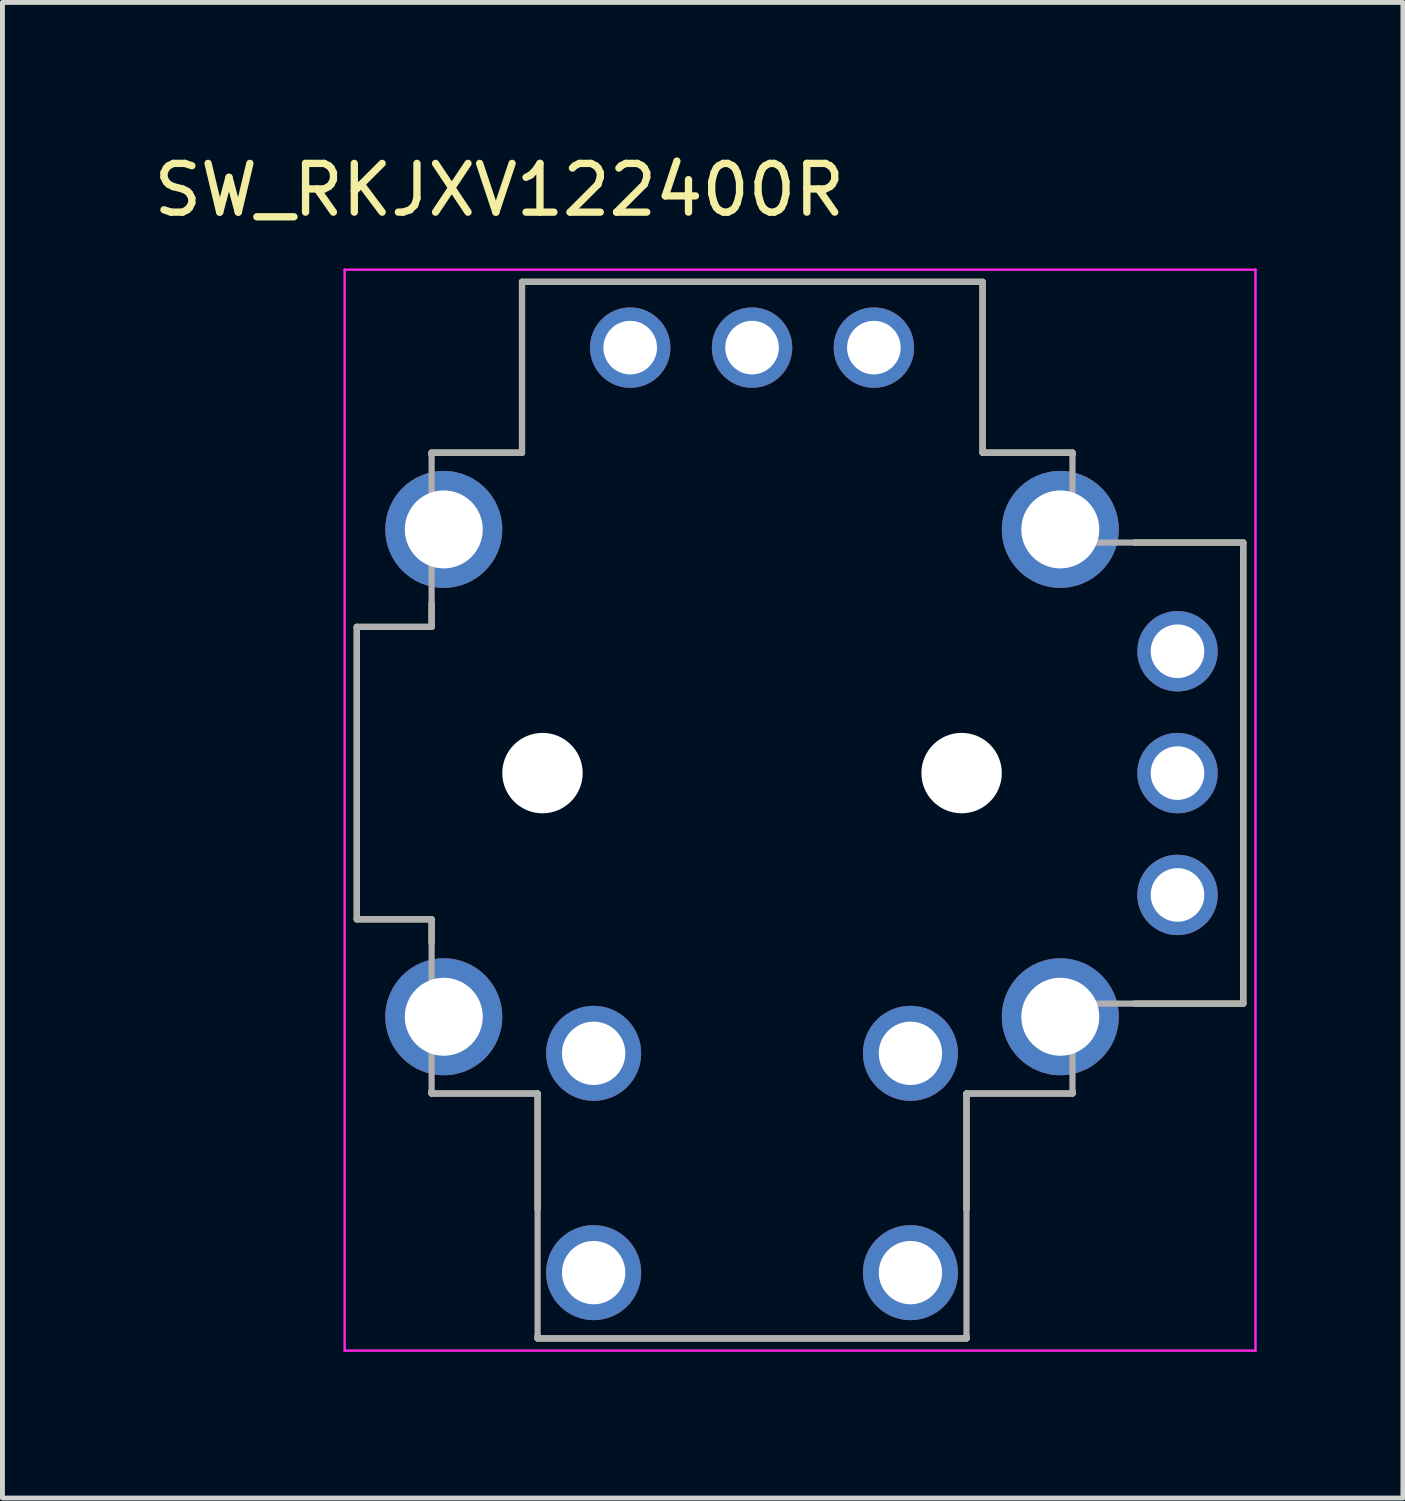
<source format=kicad_pcb>
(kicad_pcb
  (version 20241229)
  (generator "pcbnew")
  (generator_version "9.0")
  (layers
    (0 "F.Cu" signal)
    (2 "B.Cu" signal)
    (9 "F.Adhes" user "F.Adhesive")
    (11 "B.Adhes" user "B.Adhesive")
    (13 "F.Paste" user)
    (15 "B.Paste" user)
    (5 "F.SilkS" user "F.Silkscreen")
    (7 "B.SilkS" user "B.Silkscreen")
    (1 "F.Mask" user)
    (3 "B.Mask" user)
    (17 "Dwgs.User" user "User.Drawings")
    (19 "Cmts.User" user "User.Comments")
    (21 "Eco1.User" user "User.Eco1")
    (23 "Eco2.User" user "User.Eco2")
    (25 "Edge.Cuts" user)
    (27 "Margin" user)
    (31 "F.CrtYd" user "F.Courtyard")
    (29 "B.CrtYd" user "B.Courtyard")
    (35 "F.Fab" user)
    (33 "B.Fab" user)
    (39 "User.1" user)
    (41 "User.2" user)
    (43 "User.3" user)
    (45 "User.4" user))
  (footprint "SW_RKJXV122400R"
    (layer "F.Cu")
    (at 12.381 12.813)
    (property "Reference" "SW_RKJXV122400R" (at -5.185 -11.965 0) (layer "F.SilkS") (effects (font (size 1 1) (thickness 0.15))))
    (attr through_hole)
    (fp_line (start -8.11 -3) (end -6.575 -3) (stroke (width 0.127) (type solid)) (layer "F.SilkS"))
    (fp_line (start -8.11 3) (end -8.11 -3) (stroke (width 0.127) (type solid)) (layer "F.SilkS"))
    (fp_line (start -6.575 -6.575) (end -4.72 -6.575) (stroke (width 0.127) (type solid)) (layer "F.SilkS"))
    (fp_line (start -6.575 -6.52) (end -6.575 -6.575) (stroke (width 0.127) (type solid)) (layer "F.SilkS"))
    (fp_line (start -6.575 -3) (end -6.575 -3.48) (stroke (width 0.127) (type solid)) (layer "F.SilkS"))
    (fp_line (start -6.575 3) (end -8.11 3) (stroke (width 0.127) (type solid)) (layer "F.SilkS"))
    (fp_line (start -6.575 3.48) (end -6.575 3) (stroke (width 0.127) (type solid)) (layer "F.SilkS"))
    (fp_line (start -6.575 6.575) (end -6.575 6.52) (stroke (width 0.127) (type solid)) (layer "F.SilkS"))
    (fp_line (start -4.72 -10.08) (end 4.73 -10.08) (stroke (width 0.127) (type solid)) (layer "F.SilkS"))
    (fp_line (start -4.72 -6.575) (end -4.72 -10.08) (stroke (width 0.127) (type solid)) (layer "F.SilkS"))
    (fp_line (start -4.4 6.575) (end -6.575 6.575) (stroke (width 0.127) (type solid)) (layer "F.SilkS"))
    (fp_line (start -4.4 8.955) (end -4.4 6.575) (stroke (width 0.127) (type solid)) (layer "F.SilkS"))
    (fp_line (start -4.4 11.6) (end -4.4 11.545) (stroke (width 0.127) (type solid)) (layer "F.SilkS"))
    (fp_line (start 4.4 6.575) (end 4.4 8.955) (stroke (width 0.127) (type solid)) (layer "F.SilkS"))
    (fp_line (start 4.4 11.6) (end -4.4 11.6) (stroke (width 0.127) (type solid)) (layer "F.SilkS"))
    (fp_line (start 4.4 11.6) (end 4.4 11.545) (stroke (width 0.127) (type solid)) (layer "F.SilkS"))
    (fp_line (start 4.73 -10.08) (end 4.73 -6.575) (stroke (width 0.127) (type solid)) (layer "F.SilkS"))
    (fp_line (start 4.73 -6.575) (end 6.575 -6.575) (stroke (width 0.127) (type solid)) (layer "F.SilkS"))
    (fp_line (start 6.575 -6.575) (end 6.575 -6.52) (stroke (width 0.127) (type solid)) (layer "F.SilkS"))
    (fp_line (start 6.575 6.575) (end 4.4 6.575) (stroke (width 0.127) (type solid)) (layer "F.SilkS"))
    (fp_line (start 6.575 6.575) (end 6.575 6.52) (stroke (width 0.127) (type solid)) (layer "F.SilkS"))
    (fp_line (start 7.845 -4.73) (end 10.08 -4.73) (stroke (width 0.127) (type solid)) (layer "F.SilkS"))
    (fp_line (start 10.08 -4.73) (end 10.08 4.73) (stroke (width 0.127) (type solid)) (layer "F.SilkS"))
    (fp_line (start 10.08 4.73) (end 7.845 4.73) (stroke (width 0.127) (type solid)) (layer "F.SilkS"))
    (fp_line (start -8.36 -10.33) (end -8.36 11.85) (stroke (width 0.05) (type solid)) (layer "F.CrtYd"))
    (fp_line (start -8.36 11.85) (end 10.33 11.85) (stroke (width 0.05) (type solid)) (layer "F.CrtYd"))
    (fp_line (start 10.33 -10.33) (end -8.36 -10.33) (stroke (width 0.05) (type solid)) (layer "F.CrtYd"))
    (fp_line (start 10.33 11.85) (end 10.33 -10.33) (stroke (width 0.05) (type solid)) (layer "F.CrtYd"))
    (fp_line (start -8.11 -3) (end -6.575 -3) (stroke (width 0.127) (type solid)) (layer "F.Fab"))
    (fp_line (start -8.11 3) (end -8.11 -3) (stroke (width 0.127) (type solid)) (layer "F.Fab"))
    (fp_line (start -6.575 -6.575) (end -4.72 -6.575) (stroke (width 0.127) (type solid)) (layer "F.Fab"))
    (fp_line (start -6.575 -3) (end -6.575 -6.575) (stroke (width 0.127) (type solid)) (layer "F.Fab"))
    (fp_line (start -6.575 3) (end -8.11 3) (stroke (width 0.127) (type solid)) (layer "F.Fab"))
    (fp_line (start -6.575 6.575) (end -6.575 3) (stroke (width 0.127) (type solid)) (layer "F.Fab"))
    (fp_line (start -4.72 -10.08) (end 4.73 -10.08) (stroke (width 0.127) (type solid)) (layer "F.Fab"))
    (fp_line (start -4.72 -6.575) (end -4.72 -10.08) (stroke (width 0.127) (type solid)) (layer "F.Fab"))
    (fp_line (start -4.4 6.575) (end -6.575 6.575) (stroke (width 0.127) (type solid)) (layer "F.Fab"))
    (fp_line (start -4.4 11.6) (end -4.4 6.575) (stroke (width 0.127) (type solid)) (layer "F.Fab"))
    (fp_line (start 4.4 6.575) (end 4.4 11.6) (stroke (width 0.127) (type solid)) (layer "F.Fab"))
    (fp_line (start 4.4 11.6) (end -4.4 11.6) (stroke (width 0.127) (type solid)) (layer "F.Fab"))
    (fp_line (start 4.73 -10.08) (end 4.73 -6.575) (stroke (width 0.127) (type solid)) (layer "F.Fab"))
    (fp_line (start 4.73 -6.575) (end 6.575 -6.575) (stroke (width 0.127) (type solid)) (layer "F.Fab"))
    (fp_line (start 6.575 -6.575) (end 6.575 -4.73) (stroke (width 0.127) (type solid)) (layer "F.Fab"))
    (fp_line (start 6.575 -4.73) (end 10.08 -4.73) (stroke (width 0.127) (type solid)) (layer "F.Fab"))
    (fp_line (start 6.575 4.73) (end 6.575 6.575) (stroke (width 0.127) (type solid)) (layer "F.Fab"))
    (fp_line (start 6.575 6.575) (end 4.4 6.575) (stroke (width 0.127) (type solid)) (layer "F.Fab"))
    (fp_line (start 10.08 -4.73) (end 10.08 4.73) (stroke (width 0.127) (type solid)) (layer "F.Fab"))
    (fp_line (start 10.08 4.73) (end 6.575 4.73) (stroke (width 0.127) (type solid)) (layer "F.Fab"))
    (pad "" np_thru_hole circle (at -4.3 0) (size 1.65 1.65) (drill 1.65) (layers "*.Cu" "*.Mask"))
    (pad "" np_thru_hole circle (at 4.3 0) (size 1.65 1.65) (drill 1.65) (layers "*.Cu" "*.Mask"))
    (pad "HGND" thru_hole circle (at -2.5 -8.73) (size 1.65 1.65) (drill 1.1) (layers "*.Cu" "*.Mask"))
    (pad "HOut" thru_hole circle (at 0 -8.73) (size 1.65 1.65) (drill 1.1) (layers "*.Cu" "*.Mask"))
    (pad "HVCC" thru_hole circle (at 2.5 -8.73) (size 1.65 1.65) (drill 1.1) (layers "*.Cu" "*.Mask"))
    (pad "SH1" thru_hole circle (at -6.325 -5) (size 2.4 2.4) (drill 1.6) (layers "*.Cu" "*.Mask"))
    (pad "SH2" thru_hole circle (at 6.325 -5) (size 2.4 2.4) (drill 1.6) (layers "*.Cu" "*.Mask"))
    (pad "SH3" thru_hole circle (at 6.325 5) (size 2.4 2.4) (drill 1.6) (layers "*.Cu" "*.Mask"))
    (pad "SH4" thru_hole circle (at -6.325 5) (size 2.4 2.4) (drill 1.6) (layers "*.Cu" "*.Mask"))
    (pad "SwGND" thru_hole circle (at -3.25 5.75) (size 1.95 1.95) (drill 1.3) (layers "*.Cu" "*.Mask"))
    (pad "SwGND" thru_hole circle (at 3.25 5.75) (size 1.95 1.95) (drill 1.3) (layers "*.Cu" "*.Mask"))
    (pad "Switch" thru_hole circle (at -3.25 10.25) (size 1.95 1.95) (drill 1.3) (layers "*.Cu" "*.Mask"))
    (pad "Switch" thru_hole circle (at 3.25 10.25) (size 1.95 1.95) (drill 1.3) (layers "*.Cu" "*.Mask"))
    (pad "VGND" thru_hole circle (at 8.73 -2.5) (size 1.65 1.65) (drill 1.1) (layers "*.Cu" "*.Mask"))
    (pad "VOut" thru_hole circle (at 8.73 0) (size 1.65 1.65) (drill 1.1) (layers "*.Cu" "*.Mask"))
    (pad "VVCC" thru_hole circle (at 8.73 2.5) (size 1.65 1.65) (drill 1.1) (layers "*.Cu" "*.Mask"))
    (zone (net_name "") (layer "F.Cu") (hatch full 0.508) (connect_pads) (min_thickness 1.3) (filled_areas_thickness no) (keepout (tracks not_allowed) (vias not_allowed) (pads not_allowed) (copperpour not_allowed) (footprints allowed)) (placement (enabled no)) (fill) (polygon (pts (xy 10.181 9.313) (xy 10.175 9.441) (xy 10.156 9.567) (xy 10.125 9.691) (xy 10.082 9.811) (xy 10.028 9.926) (xy 9.962 10.035) (xy 9.886 10.138) (xy 9.801 10.232) (xy 9.706 10.318) (xy 9.604 10.394) (xy 9.494 10.46) (xy 9.379 10.514) (xy 9.259 10.557) (xy 9.135 10.588) (xy 9.009 10.607) (xy 8.881 10.613) (xy 8.754 10.607) (xy 8.628 10.588) (xy 8.504 10.557) (xy 8.384 10.514) (xy 8.269 10.46) (xy 8.159 10.394) (xy 8.057 10.318) (xy 7.962 10.232) (xy 7.877 10.138) (xy 7.801 10.035) (xy 7.735 9.926) (xy 7.68 9.811) (xy 7.637 9.691) (xy 7.606 9.567) (xy 7.588 9.441) (xy 7.581 9.313) (xy 7.588 9.186) (xy 7.606 9.06) (xy 7.637 8.936) (xy 7.68 8.816) (xy 7.735 8.7) (xy 7.801 8.591) (xy 7.877 8.489) (xy 7.962 8.394) (xy 8.057 8.308) (xy 8.159 8.232) (xy 8.269 8.167) (xy 8.384 8.112) (xy 8.504 8.069) (xy 8.628 8.038) (xy 8.754 8.02) (xy 8.881 8.013) (xy 9.009 8.02) (xy 9.135 8.038) (xy 9.259 8.069) (xy 9.379 8.112) (xy 9.494 8.167) (xy 9.604 8.232) (xy 9.706 8.308) (xy 9.801 8.394) (xy 9.886 8.489) (xy 9.962 8.591) (xy 10.028 8.7) (xy 10.082 8.816) (xy 10.125 8.936) (xy 10.156 9.06) (xy 10.175 9.186))))
    (zone (net_name "") (layer "F.Cu") (hatch full 0.508) (connect_pads) (min_thickness 1.3) (filled_areas_thickness no) (keepout (tracks not_allowed) (vias not_allowed) (pads not_allowed) (copperpour not_allowed) (footprints allowed)) (placement (enabled no)) (fill) (polygon (pts (xy 10.181 16.313) (xy 10.175 16.441) (xy 10.156 16.567) (xy 10.125 16.691) (xy 10.082 16.811) (xy 10.028 16.926) (xy 9.962 17.035) (xy 9.886 17.138) (xy 9.801 17.232) (xy 9.706 17.318) (xy 9.604 17.394) (xy 9.494 17.46) (xy 9.379 17.514) (xy 9.259 17.557) (xy 9.135 17.588) (xy 9.009 17.607) (xy 8.881 17.613) (xy 8.754 17.607) (xy 8.628 17.588) (xy 8.504 17.557) (xy 8.384 17.514) (xy 8.269 17.46) (xy 8.159 17.394) (xy 8.057 17.318) (xy 7.962 17.232) (xy 7.877 17.138) (xy 7.801 17.035) (xy 7.735 16.926) (xy 7.68 16.811) (xy 7.637 16.691) (xy 7.606 16.567) (xy 7.588 16.441) (xy 7.581 16.313) (xy 7.588 16.186) (xy 7.606 16.06) (xy 7.637 15.936) (xy 7.68 15.816) (xy 7.735 15.7) (xy 7.801 15.591) (xy 7.877 15.489) (xy 7.962 15.394) (xy 8.057 15.308) (xy 8.159 15.232) (xy 8.269 15.167) (xy 8.384 15.112) (xy 8.504 15.069) (xy 8.628 15.038) (xy 8.754 15.02) (xy 8.881 15.013) (xy 9.009 15.02) (xy 9.135 15.038) (xy 9.259 15.069) (xy 9.379 15.112) (xy 9.494 15.167) (xy 9.604 15.232) (xy 9.706 15.308) (xy 9.801 15.394) (xy 9.886 15.489) (xy 9.962 15.591) (xy 10.028 15.7) (xy 10.082 15.816) (xy 10.125 15.936) (xy 10.156 16.06) (xy 10.175 16.186))))
    (zone (net_name "") (layer "F.Cu") (hatch full 0.508) (connect_pads) (min_thickness 1.3) (filled_areas_thickness no) (keepout (tracks not_allowed) (vias not_allowed) (pads not_allowed) (copperpour not_allowed) (footprints allowed)) (placement (enabled no)) (fill) (polygon (pts (xy 17.181 9.313) (xy 17.175 9.441) (xy 17.156 9.567) (xy 17.125 9.691) (xy 17.082 9.811) (xy 17.028 9.926) (xy 16.962 10.035) (xy 16.886 10.138) (xy 16.801 10.232) (xy 16.706 10.318) (xy 16.604 10.394) (xy 16.494 10.46) (xy 16.379 10.514) (xy 16.259 10.557) (xy 16.135 10.588) (xy 16.009 10.607) (xy 15.881 10.613) (xy 15.754 10.607) (xy 15.628 10.588) (xy 15.504 10.557) (xy 15.384 10.514) (xy 15.269 10.46) (xy 15.159 10.394) (xy 15.057 10.318) (xy 14.962 10.232) (xy 14.877 10.138) (xy 14.801 10.035) (xy 14.735 9.926) (xy 14.68 9.811) (xy 14.637 9.691) (xy 14.606 9.567) (xy 14.588 9.441) (xy 14.581 9.313) (xy 14.588 9.186) (xy 14.606 9.06) (xy 14.637 8.936) (xy 14.68 8.816) (xy 14.735 8.7) (xy 14.801 8.591) (xy 14.877 8.489) (xy 14.962 8.394) (xy 15.057 8.308) (xy 15.159 8.232) (xy 15.269 8.167) (xy 15.384 8.112) (xy 15.504 8.069) (xy 15.628 8.038) (xy 15.754 8.02) (xy 15.881 8.013) (xy 16.009 8.02) (xy 16.135 8.038) (xy 16.259 8.069) (xy 16.379 8.112) (xy 16.494 8.167) (xy 16.604 8.232) (xy 16.706 8.308) (xy 16.801 8.394) (xy 16.886 8.489) (xy 16.962 8.591) (xy 17.028 8.7) (xy 17.082 8.816) (xy 17.125 8.936) (xy 17.156 9.06) (xy 17.175 9.186))))
    (zone (net_name "") (layer "F.Cu") (hatch full 0.508) (connect_pads) (min_thickness 1.3) (filled_areas_thickness no) (keepout (tracks not_allowed) (vias not_allowed) (pads not_allowed) (copperpour not_allowed) (footprints allowed)) (placement (enabled no)) (fill) (polygon (pts (xy 17.181 16.313) (xy 17.175 16.441) (xy 17.156 16.567) (xy 17.125 16.691) (xy 17.082 16.811) (xy 17.028 16.926) (xy 16.962 17.035) (xy 16.886 17.138) (xy 16.801 17.232) (xy 16.706 17.318) (xy 16.604 17.394) (xy 16.494 17.46) (xy 16.379 17.514) (xy 16.259 17.557) (xy 16.135 17.588) (xy 16.009 17.607) (xy 15.881 17.613) (xy 15.754 17.607) (xy 15.628 17.588) (xy 15.504 17.557) (xy 15.384 17.514) (xy 15.269 17.46) (xy 15.159 17.394) (xy 15.057 17.318) (xy 14.962 17.232) (xy 14.877 17.138) (xy 14.801 17.035) (xy 14.735 16.926) (xy 14.68 16.811) (xy 14.637 16.691) (xy 14.606 16.567) (xy 14.588 16.441) (xy 14.581 16.313) (xy 14.588 16.186) (xy 14.606 16.06) (xy 14.637 15.936) (xy 14.68 15.816) (xy 14.735 15.7) (xy 14.801 15.591) (xy 14.877 15.489) (xy 14.962 15.394) (xy 15.057 15.308) (xy 15.159 15.232) (xy 15.269 15.167) (xy 15.384 15.112) (xy 15.504 15.069) (xy 15.628 15.038) (xy 15.754 15.02) (xy 15.881 15.013) (xy 16.009 15.02) (xy 16.135 15.038) (xy 16.259 15.069) (xy 16.379 15.112) (xy 16.494 15.167) (xy 16.604 15.232) (xy 16.706 15.308) (xy 16.801 15.394) (xy 16.886 15.489) (xy 16.962 15.591) (xy 17.028 15.7) (xy 17.082 15.816) (xy 17.125 15.936) (xy 17.156 16.06) (xy 17.175 16.186))))
    (zone (net_name "") (layer "F.Cu") (hatch full 0.508) (connect_pads) (min_thickness 0.01) (filled_areas_thickness no) (keepout (tracks not_allowed) (vias not_allowed) (pads not_allowed) (copperpour not_allowed) (footprints allowed)) (placement (enabled no)) (fill) (polygon (pts (xy 10.381 12.813) (xy 10.384 12.708) (xy 10.392 12.604) (xy 10.406 12.5) (xy 10.425 12.397) (xy 10.449 12.295) (xy 10.479 12.195) (xy 10.514 12.096) (xy 10.554 12) (xy 10.599 11.905) (xy 10.649 11.813) (xy 10.704 11.724) (xy 10.763 11.637) (xy 10.827 11.554) (xy 10.895 11.475) (xy 10.967 11.399) (xy 11.043 11.327) (xy 11.122 11.259) (xy 11.205 11.195) (xy 11.292 11.136) (xy 11.381 11.081) (xy 11.473 11.031) (xy 11.568 10.986) (xy 11.664 10.946) (xy 11.763 10.911) (xy 11.863 10.881) (xy 11.965 10.857) (xy 12.068 10.838) (xy 12.172 10.824) (xy 12.276 10.816) (xy 12.381 10.813) (xy 12.486 10.816) (xy 12.59 10.824) (xy 12.694 10.838) (xy 12.797 10.857) (xy 12.899 10.881) (xy 12.999 10.911) (xy 13.098 10.946) (xy 13.194 10.986) (xy 13.289 11.031) (xy 13.381 11.081) (xy 13.47 11.136) (xy 13.557 11.195) (xy 13.64 11.259) (xy 13.719 11.327) (xy 13.795 11.399) (xy 13.867 11.475) (xy 13.935 11.554) (xy 13.999 11.637) (xy 14.058 11.724) (xy 14.113 11.813) (xy 14.163 11.905) (xy 14.208 12) (xy 14.248 12.096) (xy 14.283 12.195) (xy 14.313 12.295) (xy 14.337 12.397) (xy 14.356 12.5) (xy 14.37 12.604) (xy 14.378 12.708) (xy 14.381 12.813) (xy 14.379 12.885) (xy 14.374 12.951) (xy 14.368 13.016) (xy 14.36 13.081) (xy 14.349 13.146) (xy 14.336 13.211) (xy 14.322 13.275) (xy 14.305 13.338) (xy 14.286 13.401) (xy 14.265 13.464) (xy 14.243 13.525) (xy 14.218 13.586) (xy 14.191 13.646) (xy 14.163 13.705) (xy 14.132 13.764) (xy 14.1 13.821) (xy 14.066 13.877) (xy 14.03 13.932) (xy 13.992 13.986) (xy 13.953 14.039) (xy 13.912 14.09) (xy 13.869 14.14) (xy 13.825 14.189) (xy 13.78 14.236) (xy 13.732 14.282) (xy 13.684 14.326) (xy 13.634 14.369) (xy 13.582 14.41) (xy 13.53 14.449) (xy 13.481 14.483) (xy 13.481 19.463) (xy 13.527 19.498) (xy 13.567 19.532) (xy 13.605 19.566) (xy 13.643 19.602) (xy 13.68 19.639) (xy 13.715 19.677) (xy 13.749 19.716) (xy 13.782 19.756) (xy 13.814 19.797) (xy 13.844 19.839) (xy 13.873 19.883) (xy 13.9 19.927) (xy 13.926 19.972) (xy 13.951 20.017) (xy 13.974 20.064) (xy 13.995 20.111) (xy 14.015 20.159) (xy 14.034 20.207) (xy 14.051 20.256) (xy 14.066 20.306) (xy 14.08 20.356) (xy 14.092 20.407) (xy 14.103 20.457) (xy 14.112 20.509) (xy 14.119 20.56) (xy 14.125 20.612) (xy 14.129 20.663) (xy 14.131 20.715) (xy 14.132 20.767) (xy 14.131 20.813) (xy 14.129 20.905) (xy 14.121 20.996) (xy 14.109 21.087) (xy 14.093 21.177) (xy 14.071 21.266) (xy 14.045 21.354) (xy 14.015 21.44) (xy 13.98 21.525) (xy 13.94 21.607) (xy 13.897 21.688) (xy 13.849 21.766) (xy 13.797 21.842) (xy 13.741 21.914) (xy 13.682 21.984) (xy 13.618 22.05) (xy 13.552 22.114) (xy 13.482 22.173) (xy 13.41 22.229) (xy 13.334 22.281) (xy 13.256 22.329) (xy 13.175 22.372) (xy 13.093 22.412) (xy 13.008 22.447) (xy 12.922 22.477) (xy 12.834 22.503) (xy 12.745 22.525) (xy 12.655 22.541) (xy 12.564 22.553) (xy 12.473 22.561) (xy 12.381 22.563) (xy 12.289 22.561) (xy 12.198 22.553) (xy 12.107 22.541) (xy 12.017 22.525) (xy 11.928 22.503) (xy 11.84 22.477) (xy 11.754 22.447) (xy 11.669 22.412) (xy 11.587 22.372) (xy 11.506 22.329) (xy 11.428 22.281) (xy 11.352 22.229) (xy 11.28 22.173) (xy 11.21 22.114) (xy 11.144 22.05) (xy 11.08 21.984) (xy 11.021 21.914) (xy 10.965 21.842) (xy 10.913 21.766) (xy 10.865 21.688) (xy 10.822 21.607) (xy 10.782 21.525) (xy 10.747 21.44) (xy 10.717 21.354) (xy 10.691 21.266) (xy 10.669 21.177) (xy 10.653 21.087) (xy 10.641 20.996) (xy 10.633 20.905) (xy 10.631 20.813) (xy 10.63 20.767) (xy 10.631 20.715) (xy 10.633 20.663) (xy 10.637 20.612) (xy 10.643 20.56) (xy 10.65 20.509) (xy 10.659 20.457) (xy 10.67 20.407) (xy 10.682 20.356) (xy 10.696 20.306) (xy 10.711 20.256) (xy 10.728 20.207) (xy 10.747 20.159) (xy 10.767 20.111) (xy 10.788 20.064) (xy 10.811 20.017) (xy 10.836 19.972) (xy 10.862 19.927) (xy 10.889 19.883) (xy 10.918 19.839) (xy 10.948 19.797) (xy 10.98 19.756) (xy 11.013 19.716) (xy 11.047 19.677) (xy 11.082 19.639) (xy 11.119 19.602) (xy 11.157 19.566) (xy 11.195 19.532) (xy 11.235 19.498) (xy 11.281 19.463) (xy 11.281 14.483) (xy 11.232 14.449) (xy 11.18 14.41) (xy 11.128 14.369) (xy 11.078 14.326) (xy 11.03 14.282) (xy 10.982 14.236) (xy 10.937 14.189) (xy 10.893 14.14) (xy 10.85 14.09) (xy 10.809 14.039) (xy 10.77 13.986) (xy 10.732 13.932) (xy 10.696 13.877) (xy 10.662 13.821) (xy 10.63 13.764) (xy 10.599 13.705) (xy 10.571 13.646) (xy 10.544 13.586) (xy 10.519 13.525) (xy 10.497 13.464) (xy 10.476 13.401) (xy 10.457 13.338) (xy 10.44 13.275) (xy 10.426 13.211) (xy 10.413 13.146) (xy 10.402 13.081) (xy 10.394 13.016) (xy 10.388 12.951) (xy 10.383 12.885))))
    (zone (net_name "") (layers "F.Cu" "B.Cu") (hatch full 0.508) (connect_pads) (min_thickness 1.3) (filled_areas_thickness no) (keepout (tracks allowed) (vias not_allowed) (pads allowed) (copperpour allowed) (footprints allowed)) (placement (enabled no)) (fill) (polygon (pts (xy 10.181 9.313) (xy 10.175 9.441) (xy 10.156 9.567) (xy 10.125 9.691) (xy 10.082 9.811) (xy 10.028 9.926) (xy 9.962 10.035) (xy 9.886 10.138) (xy 9.801 10.232) (xy 9.706 10.318) (xy 9.604 10.394) (xy 9.494 10.46) (xy 9.379 10.514) (xy 9.259 10.557) (xy 9.135 10.588) (xy 9.009 10.607) (xy 8.881 10.613) (xy 8.754 10.607) (xy 8.628 10.588) (xy 8.504 10.557) (xy 8.384 10.514) (xy 8.269 10.46) (xy 8.159 10.394) (xy 8.057 10.318) (xy 7.962 10.232) (xy 7.877 10.138) (xy 7.801 10.035) (xy 7.735 9.926) (xy 7.68 9.811) (xy 7.637 9.691) (xy 7.606 9.567) (xy 7.588 9.441) (xy 7.581 9.313) (xy 7.588 9.186) (xy 7.606 9.06) (xy 7.637 8.936) (xy 7.68 8.816) (xy 7.735 8.7) (xy 7.801 8.591) (xy 7.877 8.489) (xy 7.962 8.394) (xy 8.057 8.308) (xy 8.159 8.232) (xy 8.269 8.167) (xy 8.384 8.112) (xy 8.504 8.069) (xy 8.628 8.038) (xy 8.754 8.02) (xy 8.881 8.013) (xy 9.009 8.02) (xy 9.135 8.038) (xy 9.259 8.069) (xy 9.379 8.112) (xy 9.494 8.167) (xy 9.604 8.232) (xy 9.706 8.308) (xy 9.801 8.394) (xy 9.886 8.489) (xy 9.962 8.591) (xy 10.028 8.7) (xy 10.082 8.816) (xy 10.125 8.936) (xy 10.156 9.06) (xy 10.175 9.186))))
    (zone (net_name "") (layers "F.Cu" "B.Cu") (hatch full 0.508) (connect_pads) (min_thickness 1.3) (filled_areas_thickness no) (keepout (tracks allowed) (vias not_allowed) (pads allowed) (copperpour allowed) (footprints allowed)) (placement (enabled no)) (fill) (polygon (pts (xy 10.181 16.313) (xy 10.175 16.441) (xy 10.156 16.567) (xy 10.125 16.691) (xy 10.082 16.811) (xy 10.028 16.926) (xy 9.962 17.035) (xy 9.886 17.138) (xy 9.801 17.232) (xy 9.706 17.318) (xy 9.604 17.394) (xy 9.494 17.46) (xy 9.379 17.514) (xy 9.259 17.557) (xy 9.135 17.588) (xy 9.009 17.607) (xy 8.881 17.613) (xy 8.754 17.607) (xy 8.628 17.588) (xy 8.504 17.557) (xy 8.384 17.514) (xy 8.269 17.46) (xy 8.159 17.394) (xy 8.057 17.318) (xy 7.962 17.232) (xy 7.877 17.138) (xy 7.801 17.035) (xy 7.735 16.926) (xy 7.68 16.811) (xy 7.637 16.691) (xy 7.606 16.567) (xy 7.588 16.441) (xy 7.581 16.313) (xy 7.588 16.186) (xy 7.606 16.06) (xy 7.637 15.936) (xy 7.68 15.816) (xy 7.735 15.7) (xy 7.801 15.591) (xy 7.877 15.489) (xy 7.962 15.394) (xy 8.057 15.308) (xy 8.159 15.232) (xy 8.269 15.167) (xy 8.384 15.112) (xy 8.504 15.069) (xy 8.628 15.038) (xy 8.754 15.02) (xy 8.881 15.013) (xy 9.009 15.02) (xy 9.135 15.038) (xy 9.259 15.069) (xy 9.379 15.112) (xy 9.494 15.167) (xy 9.604 15.232) (xy 9.706 15.308) (xy 9.801 15.394) (xy 9.886 15.489) (xy 9.962 15.591) (xy 10.028 15.7) (xy 10.082 15.816) (xy 10.125 15.936) (xy 10.156 16.06) (xy 10.175 16.186))))
    (zone (net_name "") (layers "F.Cu" "B.Cu") (hatch full 0.508) (connect_pads) (min_thickness 1.3) (filled_areas_thickness no) (keepout (tracks allowed) (vias not_allowed) (pads allowed) (copperpour allowed) (footprints allowed)) (placement (enabled no)) (fill) (polygon (pts (xy 17.181 9.313) (xy 17.175 9.441) (xy 17.156 9.567) (xy 17.125 9.691) (xy 17.082 9.811) (xy 17.028 9.926) (xy 16.962 10.035) (xy 16.886 10.138) (xy 16.801 10.232) (xy 16.706 10.318) (xy 16.604 10.394) (xy 16.494 10.46) (xy 16.379 10.514) (xy 16.259 10.557) (xy 16.135 10.588) (xy 16.009 10.607) (xy 15.881 10.613) (xy 15.754 10.607) (xy 15.628 10.588) (xy 15.504 10.557) (xy 15.384 10.514) (xy 15.269 10.46) (xy 15.159 10.394) (xy 15.057 10.318) (xy 14.962 10.232) (xy 14.877 10.138) (xy 14.801 10.035) (xy 14.735 9.926) (xy 14.68 9.811) (xy 14.637 9.691) (xy 14.606 9.567) (xy 14.588 9.441) (xy 14.581 9.313) (xy 14.588 9.186) (xy 14.606 9.06) (xy 14.637 8.936) (xy 14.68 8.816) (xy 14.735 8.7) (xy 14.801 8.591) (xy 14.877 8.489) (xy 14.962 8.394) (xy 15.057 8.308) (xy 15.159 8.232) (xy 15.269 8.167) (xy 15.384 8.112) (xy 15.504 8.069) (xy 15.628 8.038) (xy 15.754 8.02) (xy 15.881 8.013) (xy 16.009 8.02) (xy 16.135 8.038) (xy 16.259 8.069) (xy 16.379 8.112) (xy 16.494 8.167) (xy 16.604 8.232) (xy 16.706 8.308) (xy 16.801 8.394) (xy 16.886 8.489) (xy 16.962 8.591) (xy 17.028 8.7) (xy 17.082 8.816) (xy 17.125 8.936) (xy 17.156 9.06) (xy 17.175 9.186))))
    (zone (net_name "") (layers "F.Cu" "B.Cu") (hatch full 0.508) (connect_pads) (min_thickness 1.3) (filled_areas_thickness no) (keepout (tracks allowed) (vias not_allowed) (pads allowed) (copperpour allowed) (footprints allowed)) (placement (enabled no)) (fill) (polygon (pts (xy 17.181 16.313) (xy 17.175 16.441) (xy 17.156 16.567) (xy 17.125 16.691) (xy 17.082 16.811) (xy 17.028 16.926) (xy 16.962 17.035) (xy 16.886 17.138) (xy 16.801 17.232) (xy 16.706 17.318) (xy 16.604 17.394) (xy 16.494 17.46) (xy 16.379 17.514) (xy 16.259 17.557) (xy 16.135 17.588) (xy 16.009 17.607) (xy 15.881 17.613) (xy 15.754 17.607) (xy 15.628 17.588) (xy 15.504 17.557) (xy 15.384 17.514) (xy 15.269 17.46) (xy 15.159 17.394) (xy 15.057 17.318) (xy 14.962 17.232) (xy 14.877 17.138) (xy 14.801 17.035) (xy 14.735 16.926) (xy 14.68 16.811) (xy 14.637 16.691) (xy 14.606 16.567) (xy 14.588 16.441) (xy 14.581 16.313) (xy 14.588 16.186) (xy 14.606 16.06) (xy 14.637 15.936) (xy 14.68 15.816) (xy 14.735 15.7) (xy 14.801 15.591) (xy 14.877 15.489) (xy 14.962 15.394) (xy 15.057 15.308) (xy 15.159 15.232) (xy 15.269 15.167) (xy 15.384 15.112) (xy 15.504 15.069) (xy 15.628 15.038) (xy 15.754 15.02) (xy 15.881 15.013) (xy 16.009 15.02) (xy 16.135 15.038) (xy 16.259 15.069) (xy 16.379 15.112) (xy 16.494 15.167) (xy 16.604 15.232) (xy 16.706 15.308) (xy 16.801 15.394) (xy 16.886 15.489) (xy 16.962 15.591) (xy 17.028 15.7) (xy 17.082 15.816) (xy 17.125 15.936) (xy 17.156 16.06) (xy 17.175 16.186))))
    (zone (net_name "") (layers "F.Cu" "B.Cu") (hatch full 0.508) (connect_pads) (min_thickness 0.01) (filled_areas_thickness no) (keepout (tracks allowed) (vias not_allowed) (pads allowed) (copperpour allowed) (footprints allowed)) (placement (enabled no)) (fill) (polygon (pts (xy 10.381 12.813) (xy 10.384 12.708) (xy 10.392 12.604) (xy 10.406 12.5) (xy 10.425 12.397) (xy 10.449 12.295) (xy 10.479 12.195) (xy 10.514 12.096) (xy 10.554 12) (xy 10.599 11.905) (xy 10.649 11.813) (xy 10.704 11.724) (xy 10.763 11.637) (xy 10.827 11.554) (xy 10.895 11.475) (xy 10.967 11.399) (xy 11.043 11.327) (xy 11.122 11.259) (xy 11.205 11.195) (xy 11.292 11.136) (xy 11.381 11.081) (xy 11.473 11.031) (xy 11.568 10.986) (xy 11.664 10.946) (xy 11.763 10.911) (xy 11.863 10.881) (xy 11.965 10.857) (xy 12.068 10.838) (xy 12.172 10.824) (xy 12.276 10.816) (xy 12.381 10.813) (xy 12.486 10.816) (xy 12.59 10.824) (xy 12.694 10.838) (xy 12.797 10.857) (xy 12.899 10.881) (xy 12.999 10.911) (xy 13.098 10.946) (xy 13.194 10.986) (xy 13.289 11.031) (xy 13.381 11.081) (xy 13.47 11.136) (xy 13.557 11.195) (xy 13.64 11.259) (xy 13.719 11.327) (xy 13.795 11.399) (xy 13.867 11.475) (xy 13.935 11.554) (xy 13.999 11.637) (xy 14.058 11.724) (xy 14.113 11.813) (xy 14.163 11.905) (xy 14.208 12) (xy 14.248 12.096) (xy 14.283 12.195) (xy 14.313 12.295) (xy 14.337 12.397) (xy 14.356 12.5) (xy 14.37 12.604) (xy 14.378 12.708) (xy 14.381 12.813) (xy 14.379 12.885) (xy 14.374 12.951) (xy 14.368 13.016) (xy 14.36 13.081) (xy 14.349 13.146) (xy 14.336 13.211) (xy 14.322 13.275) (xy 14.305 13.338) (xy 14.286 13.401) (xy 14.265 13.464) (xy 14.243 13.525) (xy 14.218 13.586) (xy 14.191 13.646) (xy 14.163 13.705) (xy 14.132 13.764) (xy 14.1 13.821) (xy 14.066 13.877) (xy 14.03 13.932) (xy 13.992 13.986) (xy 13.953 14.039) (xy 13.912 14.09) (xy 13.869 14.14) (xy 13.825 14.189) (xy 13.78 14.236) (xy 13.732 14.282) (xy 13.684 14.326) (xy 13.634 14.369) (xy 13.582 14.41) (xy 13.53 14.449) (xy 13.481 14.483) (xy 13.481 19.463) (xy 13.527 19.498) (xy 13.567 19.532) (xy 13.605 19.566) (xy 13.643 19.602) (xy 13.68 19.639) (xy 13.715 19.677) (xy 13.749 19.716) (xy 13.782 19.756) (xy 13.814 19.797) (xy 13.844 19.839) (xy 13.873 19.883) (xy 13.9 19.927) (xy 13.926 19.972) (xy 13.951 20.017) (xy 13.974 20.064) (xy 13.995 20.111) (xy 14.015 20.159) (xy 14.034 20.207) (xy 14.051 20.256) (xy 14.066 20.306) (xy 14.08 20.356) (xy 14.092 20.407) (xy 14.103 20.457) (xy 14.112 20.509) (xy 14.119 20.56) (xy 14.125 20.612) (xy 14.129 20.663) (xy 14.131 20.715) (xy 14.132 20.767) (xy 14.131 20.813) (xy 14.129 20.905) (xy 14.121 20.996) (xy 14.109 21.087) (xy 14.093 21.177) (xy 14.071 21.266) (xy 14.045 21.354) (xy 14.015 21.44) (xy 13.98 21.525) (xy 13.94 21.607) (xy 13.897 21.688) (xy 13.849 21.766) (xy 13.797 21.842) (xy 13.741 21.914) (xy 13.682 21.984) (xy 13.618 22.05) (xy 13.552 22.114) (xy 13.482 22.173) (xy 13.41 22.229) (xy 13.334 22.281) (xy 13.256 22.329) (xy 13.175 22.372) (xy 13.093 22.412) (xy 13.008 22.447) (xy 12.922 22.477) (xy 12.834 22.503) (xy 12.745 22.525) (xy 12.655 22.541) (xy 12.564 22.553) (xy 12.473 22.561) (xy 12.381 22.563) (xy 12.289 22.561) (xy 12.198 22.553) (xy 12.107 22.541) (xy 12.017 22.525) (xy 11.928 22.503) (xy 11.84 22.477) (xy 11.754 22.447) (xy 11.669 22.412) (xy 11.587 22.372) (xy 11.506 22.329) (xy 11.428 22.281) (xy 11.352 22.229) (xy 11.28 22.173) (xy 11.21 22.114) (xy 11.144 22.05) (xy 11.08 21.984) (xy 11.021 21.914) (xy 10.965 21.842) (xy 10.913 21.766) (xy 10.865 21.688) (xy 10.822 21.607) (xy 10.782 21.525) (xy 10.747 21.44) (xy 10.717 21.354) (xy 10.691 21.266) (xy 10.669 21.177) (xy 10.653 21.087) (xy 10.641 20.996) (xy 10.633 20.905) (xy 10.631 20.813) (xy 10.63 20.767) (xy 10.631 20.715) (xy 10.633 20.663) (xy 10.637 20.612) (xy 10.643 20.56) (xy 10.65 20.509) (xy 10.659 20.457) (xy 10.67 20.407) (xy 10.682 20.356) (xy 10.696 20.306) (xy 10.711 20.256) (xy 10.728 20.207) (xy 10.747 20.159) (xy 10.767 20.111) (xy 10.788 20.064) (xy 10.811 20.017) (xy 10.836 19.972) (xy 10.862 19.927) (xy 10.889 19.883) (xy 10.918 19.839) (xy 10.948 19.797) (xy 10.98 19.756) (xy 11.013 19.716) (xy 11.047 19.677) (xy 11.082 19.639) (xy 11.119 19.602) (xy 11.157 19.566) (xy 11.195 19.532) (xy 11.235 19.498) (xy 11.281 19.463) (xy 11.281 14.483) (xy 11.232 14.449) (xy 11.18 14.41) (xy 11.128 14.369) (xy 11.078 14.326) (xy 11.03 14.282) (xy 10.982 14.236) (xy 10.937 14.189) (xy 10.893 14.14) (xy 10.85 14.09) (xy 10.809 14.039) (xy 10.77 13.986) (xy 10.732 13.932) (xy 10.696 13.877) (xy 10.662 13.821) (xy 10.63 13.764) (xy 10.599 13.705) (xy 10.571 13.646) (xy 10.544 13.586) (xy 10.519 13.525) (xy 10.497 13.464) (xy 10.476 13.401) (xy 10.457 13.338) (xy 10.44 13.275) (xy 10.426 13.211) (xy 10.413 13.146) (xy 10.402 13.081) (xy 10.394 13.016) (xy 10.388 12.951) (xy 10.383 12.885)))))
  (gr_rect
    (start -3 -3)
    (end 25.736 27.688)
    (stroke (width 0.1) (type default))
    (fill no)
    (layer "Edge.Cuts")))
</source>
